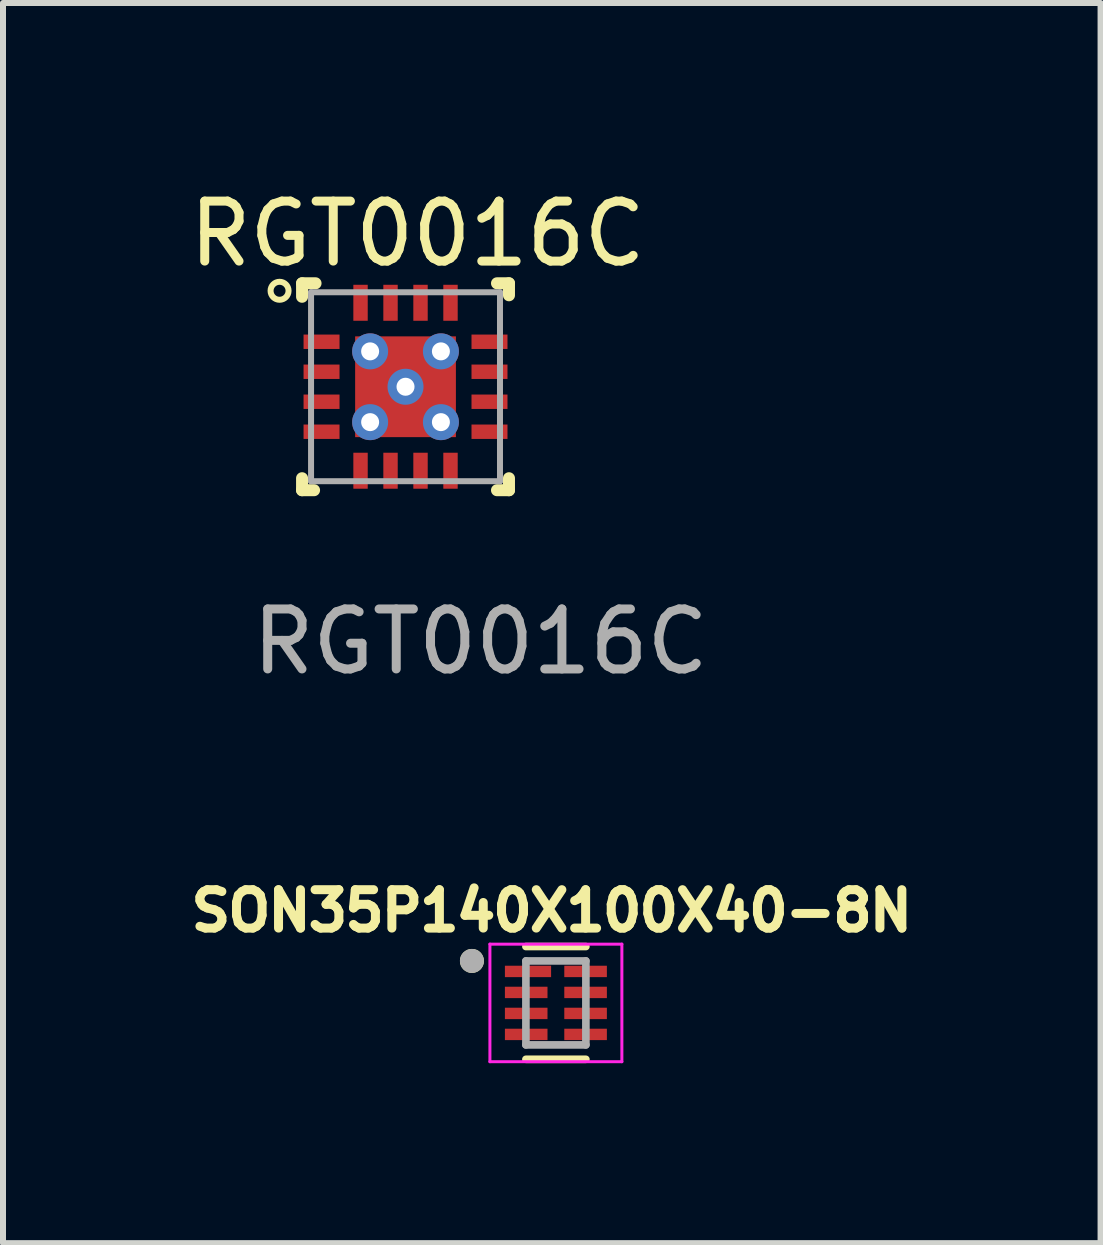
<source format=kicad_pcb>
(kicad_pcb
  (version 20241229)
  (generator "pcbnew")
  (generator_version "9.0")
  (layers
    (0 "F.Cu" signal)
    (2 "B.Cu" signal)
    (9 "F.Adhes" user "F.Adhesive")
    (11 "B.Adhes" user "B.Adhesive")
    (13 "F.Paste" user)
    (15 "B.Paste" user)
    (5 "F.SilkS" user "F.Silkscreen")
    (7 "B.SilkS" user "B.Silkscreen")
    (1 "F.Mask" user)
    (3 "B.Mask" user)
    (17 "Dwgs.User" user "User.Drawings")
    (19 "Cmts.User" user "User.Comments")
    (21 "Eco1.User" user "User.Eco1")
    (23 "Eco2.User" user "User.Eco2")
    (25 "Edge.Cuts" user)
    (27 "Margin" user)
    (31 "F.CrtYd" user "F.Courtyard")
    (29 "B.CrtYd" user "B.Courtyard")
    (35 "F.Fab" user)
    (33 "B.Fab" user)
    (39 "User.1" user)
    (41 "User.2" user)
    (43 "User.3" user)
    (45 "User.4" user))
  (footprint "RGT0016C"
    (layer "F.Cu")
    (at 3.711 3.398)
    (property "Reference" "RGT0016C" (at 0.2 -2.55 0) (unlocked yes) (layer "F.SilkS") (effects (font (size 1 1) (thickness 0.15))))
    (attr smd)
    (fp_line (start -1.725 -1.725) (end -1.5 -1.725) (stroke (width 0.2) (type solid)) (layer "F.SilkS"))
    (fp_line (start -1.725 -1.5) (end -1.725 -1.725) (stroke (width 0.2) (type solid)) (layer "F.SilkS"))
    (fp_line (start -1.725 1.725) (end -1.725 1.525) (stroke (width 0.2) (type solid)) (layer "F.SilkS"))
    (fp_line (start -1.725 1.725) (end -1.525 1.725) (stroke (width 0.2) (type solid)) (layer "F.SilkS"))
    (fp_line (start 1.525 -1.725) (end 1.725 -1.725) (stroke (width 0.2) (type solid)) (layer "F.SilkS"))
    (fp_line (start 1.525 1.725) (end 1.725 1.725) (stroke (width 0.2) (type solid)) (layer "F.SilkS"))
    (fp_line (start 1.725 -1.525) (end 1.725 -1.725) (stroke (width 0.2) (type solid)) (layer "F.SilkS"))
    (fp_line (start 1.725 1.725) (end 1.725 1.525) (stroke (width 0.2) (type solid)) (layer "F.SilkS"))
    (fp_circle (center -2.1 -1.6) (end -1.95 -1.6) (stroke (width 0.1) (type solid)) (fill no) (layer "F.SilkS"))
    (fp_poly (pts (xy -0.775 0.728) (xy -0.775 -0.729) (xy -0.774 -0.738) (xy -0.771 -0.746) (xy -0.767 -0.754) (xy -0.761 -0.761) (xy -0.754 -0.767) (xy -0.746 -0.771) (xy -0.738 -0.774) (xy -0.728 -0.775) (xy 0.729 -0.775) (xy 0.738 -0.774) (xy 0.746 -0.771) (xy 0.754 -0.767) (xy 0.761 -0.761) (xy 0.767 -0.754) (xy 0.771 -0.746) (xy 0.774 -0.738) (xy 0.775 -0.729) (xy 0.775 0.728) (xy 0.774 0.738) (xy 0.771 0.746) (xy 0.767 0.754) (xy 0.761 0.761) (xy 0.754 0.767) (xy 0.746 0.771) (xy 0.738 0.774) (xy 0.729 0.775) (xy -0.728 0.775) (xy -0.738 0.774) (xy -0.746 0.771) (xy -0.754 0.767) (xy -0.761 0.761) (xy -0.767 0.754) (xy -0.771 0.746) (xy -0.774 0.738)) (stroke (width 0) (type solid)) (fill yes) (layer "F.Paste"))
    (fp_line (start -1.575 -1.575) (end 1.575 -1.575) (stroke (width 0.1) (type solid)) (layer "F.Fab"))
    (fp_line (start -1.575 1.575) (end -1.575 -1.575) (stroke (width 0.1) (type solid)) (layer "F.Fab"))
    (fp_line (start -1.575 1.575) (end 1.575 1.575) (stroke (width 0.1) (type solid)) (layer "F.Fab"))
    (fp_line (start 1.575 1.575) (end 1.575 -1.575) (stroke (width 0.1) (type solid)) (layer "F.Fab"))
    (fp_text user "${REFERENCE}" (at 1.25 4.25 0) (unlocked yes) (layer "F.Fab") (effects (font (size 1 1) (thickness 0.15))))
    (pad "1" smd rect (at -1.4 -0.75 90) (size 0.24 0.6) (layers "F.Cu" "F.Mask" "F.Paste"))
    (pad "2" smd rect (at -1.4 -0.25 90) (size 0.24 0.6) (layers "F.Cu" "F.Mask" "F.Paste"))
    (pad "3" smd rect (at -1.4 0.25 90) (size 0.24 0.6) (layers "F.Cu" "F.Mask" "F.Paste"))
    (pad "4" smd rect (at -1.4 0.75 90) (size 0.24 0.6) (layers "F.Cu" "F.Mask" "F.Paste"))
    (pad "5" smd rect (at -0.75 1.4) (size 0.24 0.6) (layers "F.Cu" "F.Mask" "F.Paste"))
    (pad "6" smd rect (at -0.25 1.4) (size 0.24 0.6) (layers "F.Cu" "F.Mask" "F.Paste"))
    (pad "7" smd rect (at 0.25 1.4) (size 0.24 0.6) (layers "F.Cu" "F.Mask" "F.Paste"))
    (pad "8" smd rect (at 0.75 1.4) (size 0.24 0.6) (layers "F.Cu" "F.Mask" "F.Paste"))
    (pad "9" smd rect (at 1.4 0.75 90) (size 0.24 0.6) (layers "F.Cu" "F.Mask" "F.Paste"))
    (pad "10" smd rect (at 1.4 0.25 90) (size 0.24 0.6) (layers "F.Cu" "F.Mask" "F.Paste"))
    (pad "11" smd rect (at 1.4 -0.25 90) (size 0.24 0.6) (layers "F.Cu" "F.Mask" "F.Paste"))
    (pad "12" smd rect (at 1.4 -0.75 90) (size 0.24 0.6) (layers "F.Cu" "F.Mask" "F.Paste"))
    (pad "13" smd rect (at 0.75 -1.4) (size 0.24 0.6) (layers "F.Cu" "F.Mask" "F.Paste"))
    (pad "14" smd rect (at 0.25 -1.4) (size 0.24 0.6) (layers "F.Cu" "F.Mask" "F.Paste"))
    (pad "15" smd rect (at -0.25 -1.4) (size 0.24 0.6) (layers "F.Cu" "F.Mask" "F.Paste"))
    (pad "16" smd rect (at -0.75 -1.4) (size 0.24 0.6) (layers "F.Cu" "F.Mask" "F.Paste"))
    (pad "17" thru_hole circle (at -0.59 -0.59) (size 0.6 0.6) (drill 0.3) (layers "*.Cu" "*.Mask"))
    (pad "17" thru_hole circle (at -0.59 0.59) (size 0.6 0.6) (drill 0.3) (layers "*.Cu" "*.Mask"))
    (pad "17" thru_hole circle (at 0.000003 -0.000003) (size 0.6 0.6) (drill 0.3) (layers "*.Cu" "*.Mask"))
    (pad "17" smd rect (at 0.000005 -0.000003) (size 1.68 1.68) (layers "F.Cu" "F.Mask"))
    (pad "17" thru_hole circle (at 0.59 -0.59) (size 0.6 0.6) (drill 0.3) (layers "*.Cu" "*.Mask"))
    (pad "17" thru_hole circle (at 0.59 0.59) (size 0.6 0.6) (drill 0.3) (layers "*.Cu" "*.Mask")))
  (footprint "SON35P140X100X40-8N"
    (layer "F.Cu")
    (at 6.218 13.671)
    (property "Reference" "SON35P140X100X40-8N" (at -0.068 -1.536 0) (layer "F.SilkS") (effects (font (size 0.64 0.64) (thickness 0.15))))
    (attr smd)
    (fp_line (start -0.5 -0.94) (end 0.5 -0.94) (stroke (width 0.127) (type solid)) (layer "F.SilkS"))
    (fp_line (start -0.5 0.94) (end 0.5 0.94) (stroke (width 0.127) (type solid)) (layer "F.SilkS"))
    (fp_circle (center -1.4 -0.7) (end -1.3 -0.7) (stroke (width 0.2) (type solid)) (fill no) (layer "F.SilkS"))
    (fp_line (start -1.1 -0.98) (end 1.1 -0.98) (stroke (width 0.05) (type solid)) (layer "F.CrtYd"))
    (fp_line (start -1.1 0.98) (end -1.1 -0.98) (stroke (width 0.05) (type solid)) (layer "F.CrtYd"))
    (fp_line (start 1.1 -0.98) (end 1.1 0.98) (stroke (width 0.05) (type solid)) (layer "F.CrtYd"))
    (fp_line (start 1.1 0.98) (end -1.1 0.98) (stroke (width 0.05) (type solid)) (layer "F.CrtYd"))
    (fp_line (start -0.5 -0.7) (end 0.5 -0.7) (stroke (width 0.127) (type solid)) (layer "F.Fab"))
    (fp_line (start -0.5 0.7) (end -0.5 -0.7) (stroke (width 0.127) (type solid)) (layer "F.Fab"))
    (fp_line (start 0.5 -0.7) (end 0.5 0.7) (stroke (width 0.127) (type solid)) (layer "F.Fab"))
    (fp_line (start 0.5 0.7) (end -0.5 0.7) (stroke (width 0.127) (type solid)) (layer "F.Fab"))
    (fp_circle (center -1.4 -0.7) (end -1.3 -0.7) (stroke (width 0.2) (type solid)) (fill no) (layer "F.Fab"))
    (pad "1" smd rect (at -0.465 -0.525) (size 0.77 0.19) (layers "F.Cu" "F.Mask" "F.Paste"))
    (pad "2" smd rect (at -0.495 -0.175) (size 0.71 0.19) (layers "F.Cu" "F.Mask" "F.Paste"))
    (pad "3" smd rect (at -0.495 0.175) (size 0.71 0.19) (layers "F.Cu" "F.Mask" "F.Paste"))
    (pad "4" smd rect (at -0.495 0.525) (size 0.71 0.19) (layers "F.Cu" "F.Mask" "F.Paste"))
    (pad "5" smd rect (at 0.495 0.525) (size 0.71 0.19) (layers "F.Cu" "F.Mask" "F.Paste"))
    (pad "6" smd rect (at 0.495 0.175) (size 0.71 0.19) (layers "F.Cu" "F.Mask" "F.Paste"))
    (pad "7" smd rect (at 0.495 -0.175) (size 0.71 0.19) (layers "F.Cu" "F.Mask" "F.Paste"))
    (pad "8" smd rect (at 0.495 -0.525) (size 0.71 0.19) (layers "F.Cu" "F.Mask" "F.Paste")))
  (gr_rect
    (start -3 -3)
    (end 15.299 17.676)
    (stroke (width 0.1) (type default))
    (fill no)
    (layer "Edge.Cuts")))
</source>
